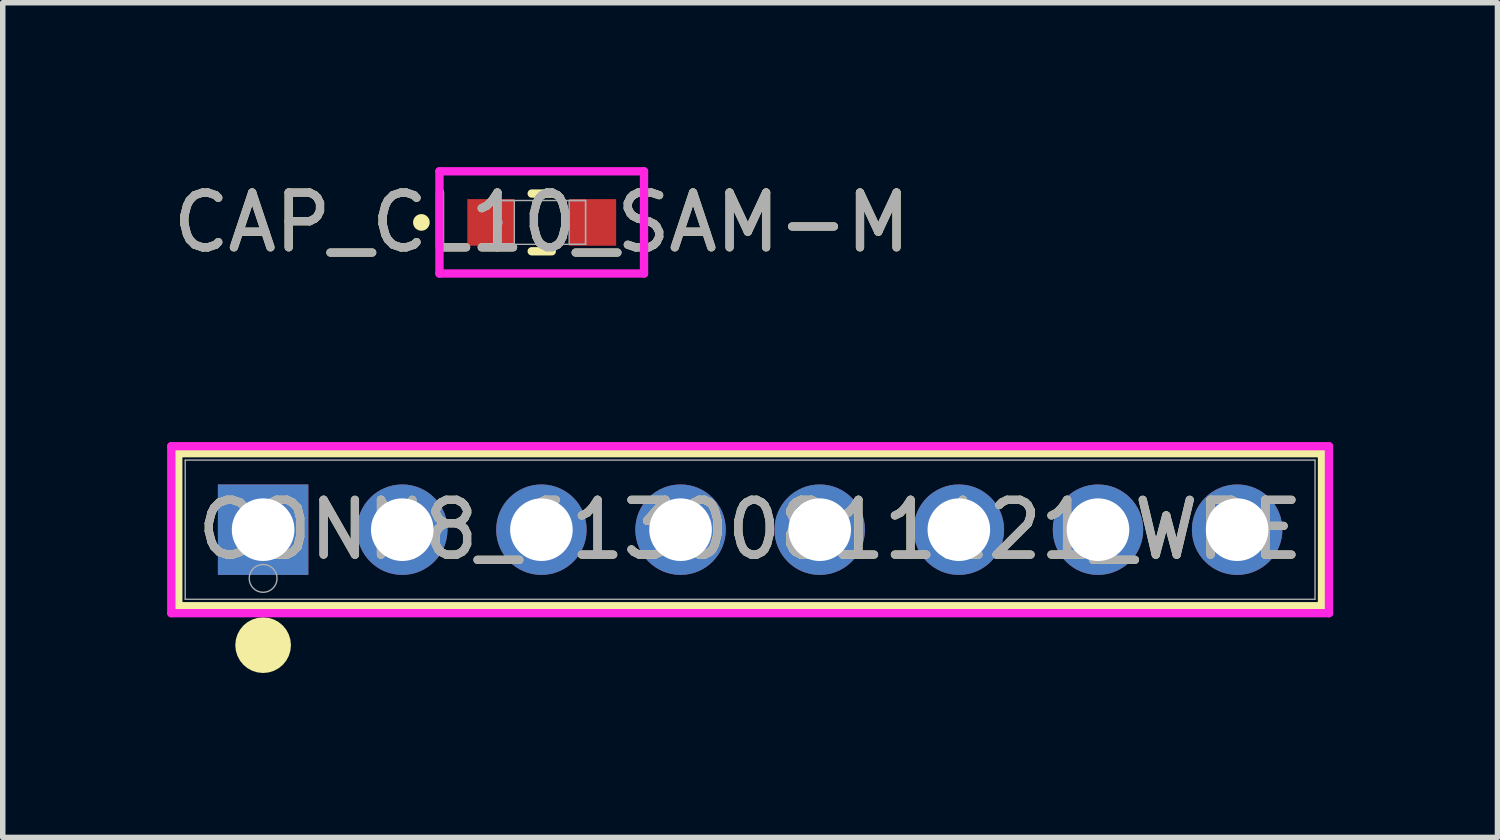
<source format=kicad_pcb>
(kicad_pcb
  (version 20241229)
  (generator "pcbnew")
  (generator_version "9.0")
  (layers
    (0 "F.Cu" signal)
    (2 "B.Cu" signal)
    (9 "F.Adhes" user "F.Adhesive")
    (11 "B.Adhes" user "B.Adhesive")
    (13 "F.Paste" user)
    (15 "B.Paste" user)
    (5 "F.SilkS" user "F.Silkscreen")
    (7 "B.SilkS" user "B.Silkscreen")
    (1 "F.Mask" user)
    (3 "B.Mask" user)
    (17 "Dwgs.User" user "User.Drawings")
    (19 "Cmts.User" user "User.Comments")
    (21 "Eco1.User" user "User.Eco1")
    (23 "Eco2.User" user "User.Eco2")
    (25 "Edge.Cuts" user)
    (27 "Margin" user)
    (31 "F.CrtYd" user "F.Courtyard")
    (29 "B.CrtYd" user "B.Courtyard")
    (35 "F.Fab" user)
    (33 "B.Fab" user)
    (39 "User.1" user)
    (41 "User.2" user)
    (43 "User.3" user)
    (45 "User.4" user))
  (footprint "CONN8_61300811121_WRE"
    (layer "F.Cu")
    (at 1.753 6.619)
    (property "Reference" "CONN8_61300811121_WRE" (at 8.89 0 0) (unlocked yes) (layer "F.SilkS") (effects (font (size 1 1) (thickness 0.15))))
    (attr through_hole)
    (fp_line (start -1.549 -1.397) (end -1.549 1.397) (stroke (width 0.152) (type solid)) (layer "F.SilkS"))
    (fp_line (start -1.549 1.397) (end 19.329 1.397) (stroke (width 0.152) (type solid)) (layer "F.SilkS"))
    (fp_line (start 19.329 -1.397) (end -1.549 -1.397) (stroke (width 0.152) (type solid)) (layer "F.SilkS"))
    (fp_line (start 19.329 1.397) (end 19.329 -1.397) (stroke (width 0.152) (type solid)) (layer "F.SilkS"))
    (fp_circle (center 0 2.108) (end 0.254 2.108) (stroke (width 0.508) (type solid)) (fill no) (layer "F.SilkS"))
    (fp_line (start -1.676 -1.524) (end -1.676 1.524) (stroke (width 0.152) (type solid)) (layer "F.CrtYd"))
    (fp_line (start -1.676 1.524) (end 19.456 1.524) (stroke (width 0.152) (type solid)) (layer "F.CrtYd"))
    (fp_line (start 19.456 -1.524) (end -1.676 -1.524) (stroke (width 0.152) (type solid)) (layer "F.CrtYd"))
    (fp_line (start 19.456 1.524) (end 19.456 -1.524) (stroke (width 0.152) (type solid)) (layer "F.CrtYd"))
    (fp_line (start -1.422 -1.27) (end -1.422 1.27) (stroke (width 0.025) (type solid)) (layer "F.Fab"))
    (fp_line (start -1.422 1.27) (end 19.202 1.27) (stroke (width 0.025) (type solid)) (layer "F.Fab"))
    (fp_line (start 19.202 -1.27) (end -1.422 -1.27) (stroke (width 0.025) (type solid)) (layer "F.Fab"))
    (fp_line (start 19.202 1.27) (end 19.202 -1.27) (stroke (width 0.025) (type solid)) (layer "F.Fab"))
    (fp_circle (center 0 0.889) (end 0.254 0.889) (stroke (width 0.025) (type solid)) (fill no) (layer "F.Fab"))
    (fp_text user "${REFERENCE}" (at 8.89 0 0) (unlocked yes) (layer "F.Fab") (effects (font (size 1 1) (thickness 0.15))))
    (pad "1" thru_hole rect (at 0 0) (size 1.651 1.651) (drill 1.143) (layers "*.Cu" "*.Mask"))
    (pad "2" thru_hole circle (at 2.54 0) (size 1.651 1.651) (drill 1.143) (layers "*.Cu" "*.Mask"))
    (pad "3" thru_hole circle (at 5.08 0) (size 1.651 1.651) (drill 1.143) (layers "*.Cu" "*.Mask"))
    (pad "4" thru_hole circle (at 7.62 0) (size 1.651 1.651) (drill 1.143) (layers "*.Cu" "*.Mask"))
    (pad "5" thru_hole circle (at 10.16 0) (size 1.651 1.651) (drill 1.143) (layers "*.Cu" "*.Mask"))
    (pad "6" thru_hole circle (at 12.7 0) (size 1.651 1.651) (drill 1.143) (layers "*.Cu" "*.Mask"))
    (pad "7" thru_hole circle (at 15.24 0) (size 1.651 1.651) (drill 1.143) (layers "*.Cu" "*.Mask"))
    (pad "8" thru_hole circle (at 17.78 0) (size 1.651 1.651) (drill 1.143) (layers "*.Cu" "*.Mask")))
  (footprint "CAP_CL10_SAM-M"
    (layer "F.Cu")
    (at 6.839 1.01)
    (property "Reference" "CAP_CL10_SAM-M" (at 0 0 0) (unlocked yes) (layer "F.SilkS") (effects (font (size 1 1) (thickness 0.15))))
    (attr smd)
    (fp_line (start -0.183 0.527) (end 0.183 0.527) (stroke (width 0.152) (type solid)) (layer "F.SilkS"))
    (fp_line (start 0.183 -0.527) (end -0.183 -0.527) (stroke (width 0.152) (type solid)) (layer "F.SilkS"))
    (fp_circle (center -2.197 0) (end -2.121 0) (stroke (width 0.152) (type solid)) (fill no) (layer "F.SilkS"))
    (fp_line (start -1.867 -0.933) (end 1.867 -0.933) (stroke (width 0.152) (type solid)) (layer "F.CrtYd"))
    (fp_line (start -1.867 0.933) (end -1.867 -0.933) (stroke (width 0.152) (type solid)) (layer "F.CrtYd"))
    (fp_line (start 1.867 -0.933) (end 1.867 0.933) (stroke (width 0.152) (type solid)) (layer "F.CrtYd"))
    (fp_line (start 1.867 0.933) (end -1.867 0.933) (stroke (width 0.152) (type solid)) (layer "F.CrtYd"))
    (fp_line (start -0.8 -0.4) (end -0.8 0.4) (stroke (width 0.025) (type solid)) (layer "F.Fab"))
    (fp_line (start -0.8 -0.4) (end -0.8 0.4) (stroke (width 0.025) (type solid)) (layer "F.Fab"))
    (fp_line (start -0.8 0.4) (end -0.5 0.4) (stroke (width 0.025) (type solid)) (layer "F.Fab"))
    (fp_line (start -0.8 0.4) (end 0.8 0.4) (stroke (width 0.025) (type solid)) (layer "F.Fab"))
    (fp_line (start -0.5 -0.4) (end -0.8 -0.4) (stroke (width 0.025) (type solid)) (layer "F.Fab"))
    (fp_line (start -0.5 0.4) (end -0.5 -0.4) (stroke (width 0.025) (type solid)) (layer "F.Fab"))
    (fp_line (start 0.5 -0.4) (end 0.5 0.4) (stroke (width 0.025) (type solid)) (layer "F.Fab"))
    (fp_line (start 0.5 0.4) (end 0.8 0.4) (stroke (width 0.025) (type solid)) (layer "F.Fab"))
    (fp_line (start 0.8 -0.4) (end -0.8 -0.4) (stroke (width 0.025) (type solid)) (layer "F.Fab"))
    (fp_line (start 0.8 -0.4) (end 0.5 -0.4) (stroke (width 0.025) (type solid)) (layer "F.Fab"))
    (fp_line (start 0.8 0.4) (end 0.8 -0.4) (stroke (width 0.025) (type solid)) (layer "F.Fab"))
    (fp_line (start 0.8 0.4) (end 0.8 -0.4) (stroke (width 0.025) (type solid)) (layer "F.Fab"))
    (fp_circle (center -0.802 0) (end -0.726 0) (stroke (width 0.025) (type solid)) (fill no) (layer "F.Fab"))
    (fp_text user "${REFERENCE}" (at 0 0 0) (unlocked yes) (layer "F.Fab") (effects (font (size 1 1) (thickness 0.15))))
    (pad "1" smd rect (at -0.929 0) (size 0.859 0.851) (layers "F.Cu" "F.Mask" "F.Paste"))
    (pad "2" smd rect (at 0.929 0) (size 0.859 0.851) (layers "F.Cu" "F.Mask" "F.Paste"))
    (zone (net_name "") (layer "F.Cu") (hatch full 0.508) (connect_pads) (min_thickness 0.254) (filled_areas_thickness no) (keepout (tracks not_allowed) (vias not_allowed) (pads allowed) (copperpour not_allowed) (footprints allowed)) (placement (enabled no)) (fill) (polygon (pts (xy 6.39 0.66) (xy 7.288 0.66) (xy 7.288 1.359) (xy 6.39 1.359)))))
  (gr_rect
    (start -3 -3)
    (end 24.285 12.236)
    (stroke (width 0.1) (type default))
    (fill no)
    (layer "Edge.Cuts")))
</source>
